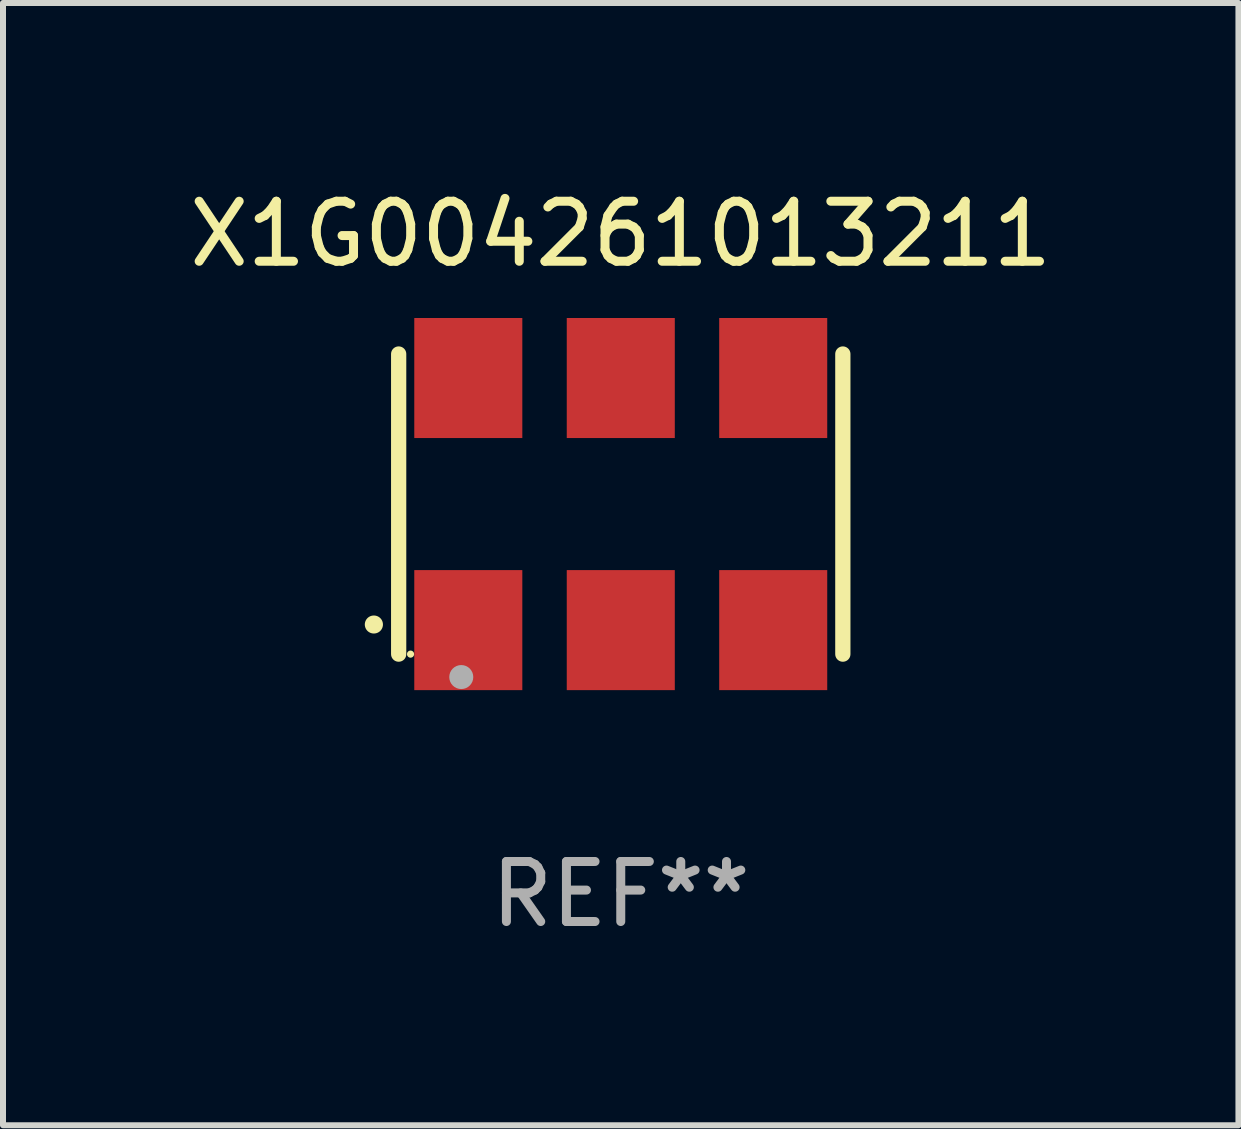
<source format=kicad_pcb>
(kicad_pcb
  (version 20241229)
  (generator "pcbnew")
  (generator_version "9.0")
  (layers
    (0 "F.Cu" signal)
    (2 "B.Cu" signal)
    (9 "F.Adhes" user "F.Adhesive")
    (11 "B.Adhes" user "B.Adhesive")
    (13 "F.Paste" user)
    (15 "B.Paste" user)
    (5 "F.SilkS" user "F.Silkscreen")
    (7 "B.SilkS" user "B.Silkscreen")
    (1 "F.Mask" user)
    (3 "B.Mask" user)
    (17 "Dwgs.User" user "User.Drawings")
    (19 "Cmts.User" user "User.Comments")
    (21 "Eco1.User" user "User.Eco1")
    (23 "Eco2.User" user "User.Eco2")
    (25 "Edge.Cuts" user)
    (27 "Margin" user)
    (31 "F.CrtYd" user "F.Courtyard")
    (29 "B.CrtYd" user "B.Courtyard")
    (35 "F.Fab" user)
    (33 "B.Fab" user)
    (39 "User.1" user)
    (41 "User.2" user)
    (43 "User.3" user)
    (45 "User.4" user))
  (footprint "X1G004261013211"
    (layer "F.Cu")
    (at 7.292 5.348)
    (property "Reference" "X1G004261013211" (at 0 -4.5 0) (layer "F.SilkS") (effects (font (size 1 1) (thickness 0.15))))
    (attr through_hole)
    (fp_line (start -3.7 -2.5) (end -3.7 2.5) (stroke (width 0.254) (type solid)) (layer "F.SilkS"))
    (fp_line (start 3.7 -2.5) (end 3.7 2.5) (stroke (width 0.254) (type solid)) (layer "F.SilkS"))
    (fp_arc (start -4.114415 2.006604) (mid -4.113145 2.006599) (end -4.111875 2.006604) (stroke (width 0.3) (type solid)) (layer "F.SilkS"))
    (fp_circle (center -3.502 2.5) (end -3.472 2.5) (stroke (width 0.06) (type solid)) (fill no) (layer "F.SilkS"))
    (fp_circle (center -2.657 2.882) (end -2.557 2.882) (stroke (width 0.2) (type solid)) (fill no) (layer "F.Fab"))
    (fp_text user "REF**" (at 0 6.5 0) (layer "F.Fab") (effects (font (size 1 1) (thickness 0.15))))
    (pad "1" smd rect (at -2.54 2.1) (size 1.8 2) (layers "F.Cu" "F.Mask" "F.Paste"))
    (pad "2" smd rect (at 0.000394 2.1) (size 1.8 2) (layers "F.Cu" "F.Mask" "F.Paste"))
    (pad "3" smd rect (at 2.54 2.1) (size 1.8 2) (layers "F.Cu" "F.Mask" "F.Paste"))
    (pad "4" smd rect (at 2.54 -2.1) (size 1.8 2) (layers "F.Cu" "F.Mask" "F.Paste"))
    (pad "5" smd rect (at 0.000394 -2.1) (size 1.8 2) (layers "F.Cu" "F.Mask" "F.Paste"))
    (pad "6" smd rect (at -2.54 -2.1) (size 1.8 2) (layers "F.Cu" "F.Mask" "F.Paste")))
  (gr_rect
    (start -3 -3)
    (end 17.583 15.697)
    (stroke (width 0.1) (type default))
    (fill no)
    (layer "Edge.Cuts")))
</source>
